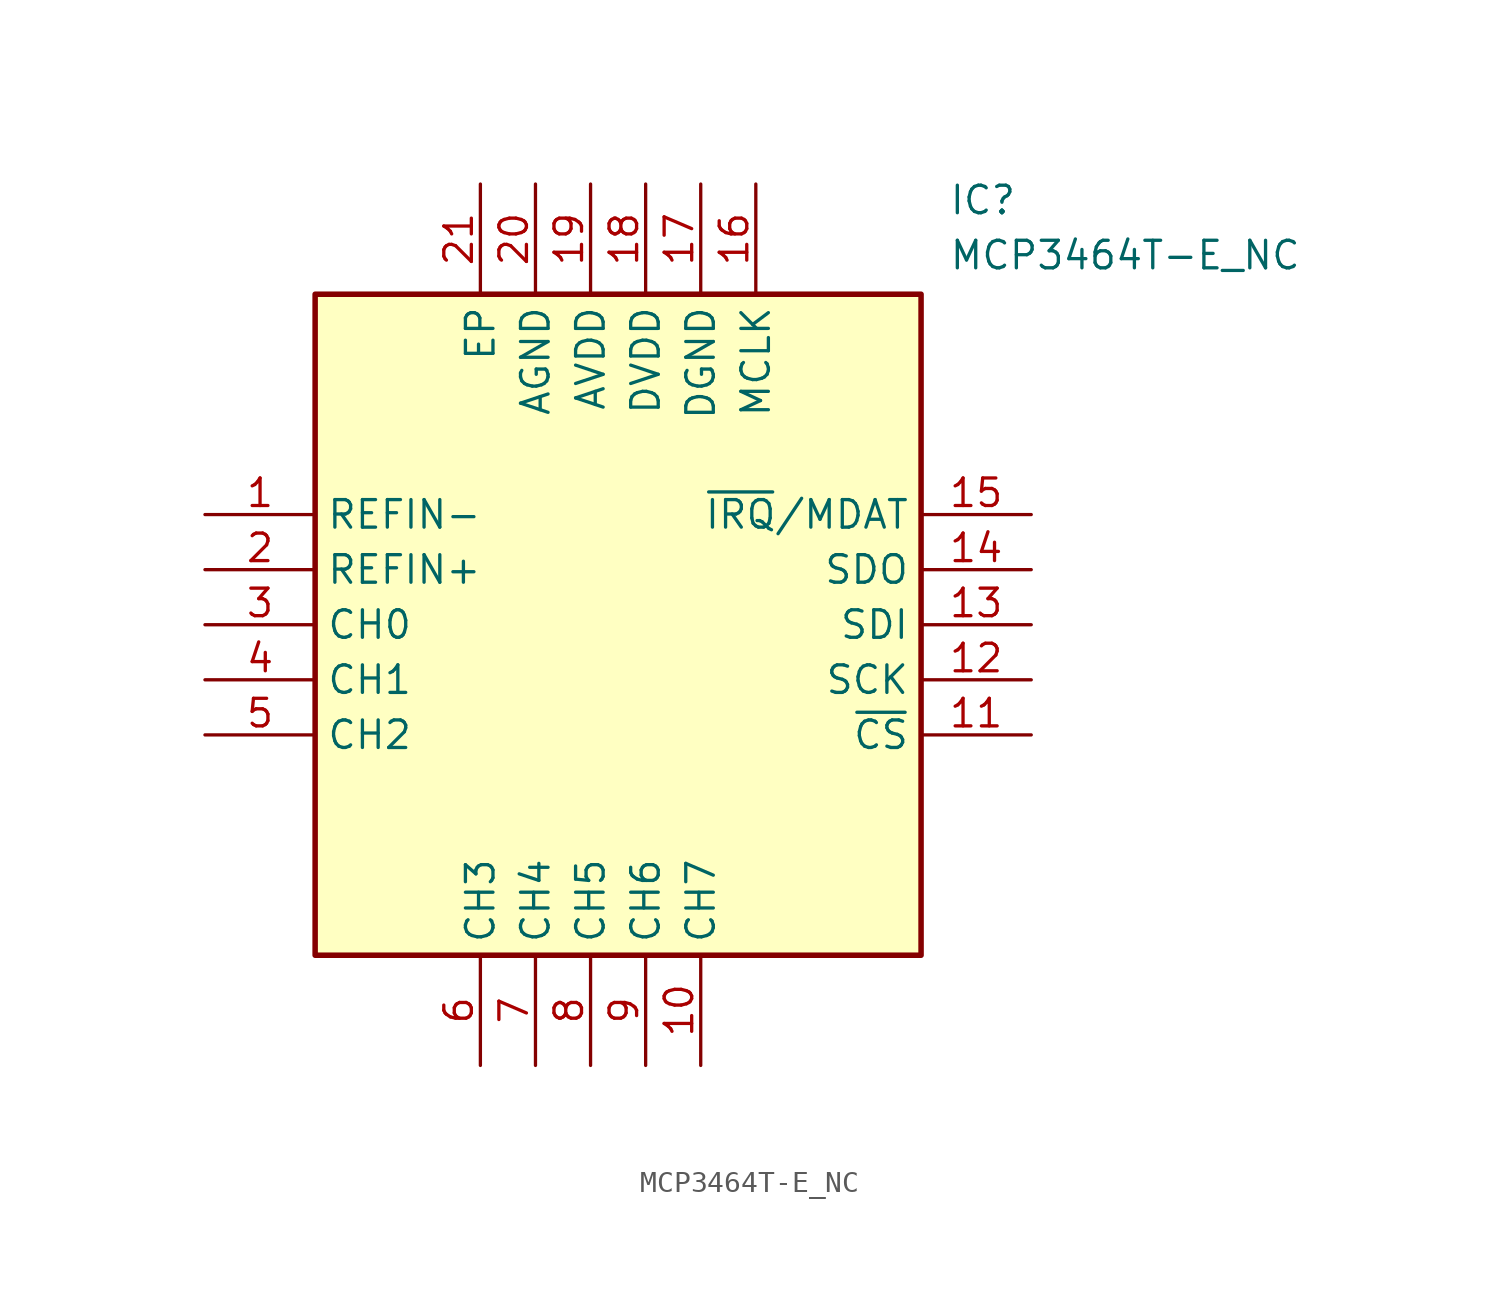
<source format=kicad_sym>
(kicad_symbol_lib
  (version 20211014)
  (generator SamacSys_ECAD_Model)
  (symbol "MCP3464T-E_NC"
    (property "Reference" "IC"
      (at 34.29 15.24 0)
      (effects (font (size 1.27 1.27)) (justify left top)))
    (property "Value" "MCP3464T-E_NC"
      (at 34.29 12.7 0)
      (effects (font (size 1.27 1.27)) (justify left top)))
    (rectangle
      (start 5.08 10.16)
      (end 33.02 -20.32)
      (stroke (width 0.254) (type default))
      (fill (type background)))
    (pin passive line
      (at 0 0 0)
      (length 5.08)
      (name "REFIN-" (effects (font (size 1.27 1.27))))
      (number "1" (effects (font (size 1.27 1.27)))))
    (pin passive line
      (at 0 -2.54 0)
      (length 5.08)
      (name "REFIN+" (effects (font (size 1.27 1.27))))
      (number "2" (effects (font (size 1.27 1.27)))))
    (pin passive line
      (at 0 -5.08 0)
      (length 5.08)
      (name "CH0" (effects (font (size 1.27 1.27))))
      (number "3" (effects (font (size 1.27 1.27)))))
    (pin passive line
      (at 0 -7.62 0)
      (length 5.08)
      (name "CH1" (effects (font (size 1.27 1.27))))
      (number "4" (effects (font (size 1.27 1.27)))))
    (pin passive line
      (at 0 -10.16 0)
      (length 5.08)
      (name "CH2" (effects (font (size 1.27 1.27))))
      (number "5" (effects (font (size 1.27 1.27)))))
    (pin passive line
      (at 12.7 -25.4 90)
      (length 5.08)
      (name "CH3" (effects (font (size 1.27 1.27))))
      (number "6" (effects (font (size 1.27 1.27)))))
    (pin passive line
      (at 15.24 -25.4 90)
      (length 5.08)
      (name "CH4" (effects (font (size 1.27 1.27))))
      (number "7" (effects (font (size 1.27 1.27)))))
    (pin passive line
      (at 17.78 -25.4 90)
      (length 5.08)
      (name "CH5" (effects (font (size 1.27 1.27))))
      (number "8" (effects (font (size 1.27 1.27)))))
    (pin passive line
      (at 20.32 -25.4 90)
      (length 5.08)
      (name "CH6" (effects (font (size 1.27 1.27))))
      (number "9" (effects (font (size 1.27 1.27)))))
    (pin passive line
      (at 22.86 -25.4 90)
      (length 5.08)
      (name "CH7" (effects (font (size 1.27 1.27))))
      (number "10" (effects (font (size 1.27 1.27)))))
    (pin passive line
      (at 38.1 0 180)
      (length 5.08)
      (name "~{IRQ}/MDAT" (effects (font (size 1.27 1.27))))
      (number "15" (effects (font (size 1.27 1.27)))))
    (pin passive line
      (at 38.1 -2.54 180)
      (length 5.08)
      (name "SDO" (effects (font (size 1.27 1.27))))
      (number "14" (effects (font (size 1.27 1.27)))))
    (pin passive line
      (at 38.1 -5.08 180)
      (length 5.08)
      (name "SDI" (effects (font (size 1.27 1.27))))
      (number "13" (effects (font (size 1.27 1.27)))))
    (pin passive line
      (at 38.1 -7.62 180)
      (length 5.08)
      (name "SCK" (effects (font (size 1.27 1.27))))
      (number "12" (effects (font (size 1.27 1.27)))))
    (pin passive line
      (at 38.1 -10.16 180)
      (length 5.08)
      (name "~{CS}" (effects (font (size 1.27 1.27))))
      (number "11" (effects (font (size 1.27 1.27)))))
    (pin passive line
      (at 12.7 15.24 270)
      (length 5.08)
      (name "EP" (effects (font (size 1.27 1.27))))
      (number "21" (effects (font (size 1.27 1.27)))))
    (pin passive line
      (at 15.24 15.24 270)
      (length 5.08)
      (name "AGND" (effects (font (size 1.27 1.27))))
      (number "20" (effects (font (size 1.27 1.27)))))
    (pin passive line
      (at 17.78 15.24 270)
      (length 5.08)
      (name "AVDD" (effects (font (size 1.27 1.27))))
      (number "19" (effects (font (size 1.27 1.27)))))
    (pin passive line
      (at 20.32 15.24 270)
      (length 5.08)
      (name "DVDD" (effects (font (size 1.27 1.27))))
      (number "18" (effects (font (size 1.27 1.27)))))
    (pin passive line
      (at 22.86 15.24 270)
      (length 5.08)
      (name "DGND" (effects (font (size 1.27 1.27))))
      (number "17" (effects (font (size 1.27 1.27)))))
    (pin passive line
      (at 25.4 15.24 270)
      (length 5.08)
      (name "MCLK" (effects (font (size 1.27 1.27))))
      (number "16" (effects (font (size 1.27 1.27)))))))
</source>
